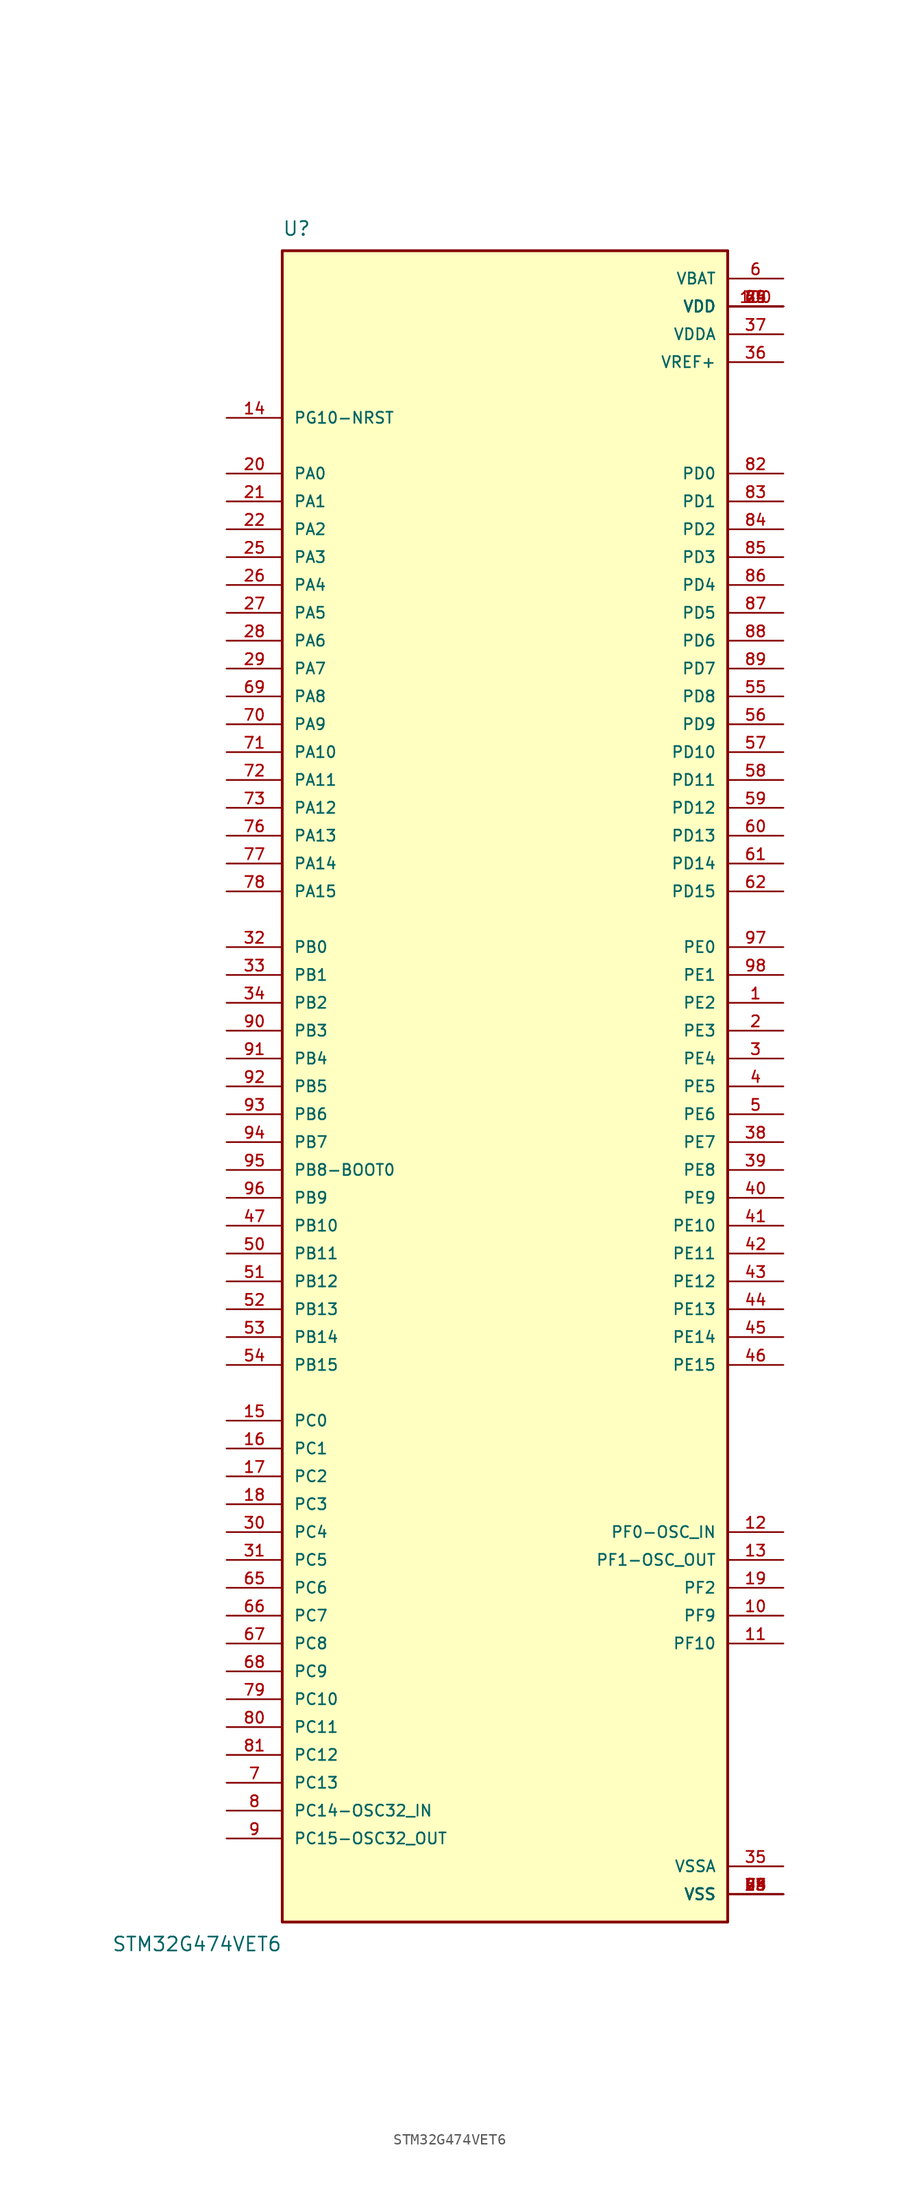
<source format=kicad_sym>
(kicad_symbol_lib
  (version 20211014)
  (generator kicad_symbol_editor)
  (symbol "STM32G474VET6"
    (pin_names
      (offset 1.016))
    (property "Reference" "U"
      (at -20.32 77.47 0)
      (effects (font (size 1.27 1.27)) (justify bottom left)))
    (property "Value" "STM32G474VET6"
      (at -20.32 -77.47 0.0)
      (effects (font (size 1.27 1.27)) (justify top right mirror)))
    (symbol "STM32G474VET6_0_0"
      (rectangle (start -20.32 -76.2) (end 20.32 76.2) (stroke (width 0.254)) (fill (type background)))
      (pin bidirectional line (at 25.4 7.62 180.0) (length 5.08) (name "PE2" (effects (font (size 1.016 1.016)))) (number "1" (effects (font (size 1.016 1.016)))))
      (pin bidirectional line (at 25.4 5.08 180.0) (length 5.08) (name "PE3" (effects (font (size 1.016 1.016)))) (number "2" (effects (font (size 1.016 1.016)))))
      (pin bidirectional line (at 25.4 2.54 180.0) (length 5.08) (name "PE4" (effects (font (size 1.016 1.016)))) (number "3" (effects (font (size 1.016 1.016)))))
      (pin bidirectional line (at 25.4 0.0 180.0) (length 5.08) (name "PE5" (effects (font (size 1.016 1.016)))) (number "4" (effects (font (size 1.016 1.016)))))
      (pin bidirectional line (at 25.4 -2.54 180.0) (length 5.08) (name "PE6" (effects (font (size 1.016 1.016)))) (number "5" (effects (font (size 1.016 1.016)))))
      (pin power_in line (at 25.4 73.66 180.0) (length 5.08) (name "VBAT" (effects (font (size 1.016 1.016)))) (number "6" (effects (font (size 1.016 1.016)))))
      (pin bidirectional line (at -25.4 -63.5 0) (length 5.08) (name "PC13" (effects (font (size 1.016 1.016)))) (number "7" (effects (font (size 1.016 1.016)))))
      (pin bidirectional line (at -25.4 -66.04 0) (length 5.08) (name "PC14-OSC32_IN" (effects (font (size 1.016 1.016)))) (number "8" (effects (font (size 1.016 1.016)))))
      (pin bidirectional line (at -25.4 -68.58 0) (length 5.08) (name "PC15-OSC32_OUT" (effects (font (size 1.016 1.016)))) (number "9" (effects (font (size 1.016 1.016)))))
      (pin bidirectional line (at 25.4 -40.64 180.0) (length 5.08) (name "PF0-OSC_IN" (effects (font (size 1.016 1.016)))) (number "12" (effects (font (size 1.016 1.016)))))
      (pin bidirectional line (at 25.4 -43.18 180.0) (length 5.08) (name "PF1-OSC_OUT" (effects (font (size 1.016 1.016)))) (number "13" (effects (font (size 1.016 1.016)))))
      (pin power_in line (at 25.4 -73.66 180.0) (length 5.08) (name "VSS" (effects (font (size 1.016 1.016)))) (number "23" (effects (font (size 1.016 1.016)))))
      (pin power_in line (at 25.4 -73.66 180.0) (length 5.08) (name "VSS" (effects (font (size 1.016 1.016)))) (number "48" (effects (font (size 1.016 1.016)))))
      (pin power_in line (at 25.4 -73.66 180.0) (length 5.08) (name "VSS" (effects (font (size 1.016 1.016)))) (number "63" (effects (font (size 1.016 1.016)))))
      (pin power_in line (at 25.4 -73.66 180.0) (length 5.08) (name "VSS" (effects (font (size 1.016 1.016)))) (number "74" (effects (font (size 1.016 1.016)))))
      (pin power_in line (at 25.4 -73.66 180.0) (length 5.08) (name "VSS" (effects (font (size 1.016 1.016)))) (number "99" (effects (font (size 1.016 1.016)))))
      (pin power_in line (at 25.4 71.12 180.0) (length 5.08) (name "VDD" (effects (font (size 1.016 1.016)))) (number "24" (effects (font (size 1.016 1.016)))))
      (pin power_in line (at 25.4 71.12 180.0) (length 5.08) (name "VDD" (effects (font (size 1.016 1.016)))) (number "49" (effects (font (size 1.016 1.016)))))
      (pin power_in line (at 25.4 71.12 180.0) (length 5.08) (name "VDD" (effects (font (size 1.016 1.016)))) (number "64" (effects (font (size 1.016 1.016)))))
      (pin power_in line (at 25.4 71.12 180.0) (length 5.08) (name "VDD" (effects (font (size 1.016 1.016)))) (number "75" (effects (font (size 1.016 1.016)))))
      (pin power_in line (at 25.4 71.12 180.0) (length 5.08) (name "VDD" (effects (font (size 1.016 1.016)))) (number "100" (effects (font (size 1.016 1.016)))))
      (pin bidirectional line (at -25.4 -30.48 0) (length 5.08) (name "PC0" (effects (font (size 1.016 1.016)))) (number "15" (effects (font (size 1.016 1.016)))))
      (pin bidirectional line (at -25.4 -33.02 0) (length 5.08) (name "PC1" (effects (font (size 1.016 1.016)))) (number "16" (effects (font (size 1.016 1.016)))))
      (pin bidirectional line (at -25.4 -35.56 0) (length 5.08) (name "PC2" (effects (font (size 1.016 1.016)))) (number "17" (effects (font (size 1.016 1.016)))))
      (pin bidirectional line (at -25.4 -38.1 0) (length 5.08) (name "PC3" (effects (font (size 1.016 1.016)))) (number "18" (effects (font (size 1.016 1.016)))))
      (pin power_in line (at 25.4 -71.12 180.0) (length 5.08) (name "VSSA" (effects (font (size 1.016 1.016)))) (number "35" (effects (font (size 1.016 1.016)))))
      (pin power_in line (at 25.4 66.04 180.0) (length 5.08) (name "VREF+" (effects (font (size 1.016 1.016)))) (number "36" (effects (font (size 1.016 1.016)))))
      (pin power_in line (at 25.4 68.58 180.0) (length 5.08) (name "VDDA" (effects (font (size 1.016 1.016)))) (number "37" (effects (font (size 1.016 1.016)))))
      (pin bidirectional line (at -25.4 55.88 0) (length 5.08) (name "PA0" (effects (font (size 1.016 1.016)))) (number "20" (effects (font (size 1.016 1.016)))))
      (pin bidirectional line (at -25.4 53.34 0) (length 5.08) (name "PA1" (effects (font (size 1.016 1.016)))) (number "21" (effects (font (size 1.016 1.016)))))
      (pin bidirectional line (at -25.4 50.8 0) (length 5.08) (name "PA2" (effects (font (size 1.016 1.016)))) (number "22" (effects (font (size 1.016 1.016)))))
      (pin bidirectional line (at -25.4 48.26 0) (length 5.08) (name "PA3" (effects (font (size 1.016 1.016)))) (number "25" (effects (font (size 1.016 1.016)))))
      (pin bidirectional line (at -25.4 45.72 0) (length 5.08) (name "PA4" (effects (font (size 1.016 1.016)))) (number "26" (effects (font (size 1.016 1.016)))))
      (pin bidirectional line (at -25.4 43.18 0) (length 5.08) (name "PA5" (effects (font (size 1.016 1.016)))) (number "27" (effects (font (size 1.016 1.016)))))
      (pin bidirectional line (at -25.4 40.64 0) (length 5.08) (name "PA6" (effects (font (size 1.016 1.016)))) (number "28" (effects (font (size 1.016 1.016)))))
      (pin bidirectional line (at -25.4 38.1 0) (length 5.08) (name "PA7" (effects (font (size 1.016 1.016)))) (number "29" (effects (font (size 1.016 1.016)))))
      (pin bidirectional line (at -25.4 -40.64 0) (length 5.08) (name "PC4" (effects (font (size 1.016 1.016)))) (number "30" (effects (font (size 1.016 1.016)))))
      (pin bidirectional line (at -25.4 -43.18 0) (length 5.08) (name "PC5" (effects (font (size 1.016 1.016)))) (number "31" (effects (font (size 1.016 1.016)))))
      (pin bidirectional line (at -25.4 12.7 0) (length 5.08) (name "PB0" (effects (font (size 1.016 1.016)))) (number "32" (effects (font (size 1.016 1.016)))))
      (pin bidirectional line (at -25.4 10.16 0) (length 5.08) (name "PB1" (effects (font (size 1.016 1.016)))) (number "33" (effects (font (size 1.016 1.016)))))
      (pin bidirectional line (at -25.4 7.62 0) (length 5.08) (name "PB2" (effects (font (size 1.016 1.016)))) (number "34" (effects (font (size 1.016 1.016)))))
      (pin bidirectional line (at 25.4 -5.08 180.0) (length 5.08) (name "PE7" (effects (font (size 1.016 1.016)))) (number "38" (effects (font (size 1.016 1.016)))))
      (pin bidirectional line (at 25.4 -7.62 180.0) (length 5.08) (name "PE8" (effects (font (size 1.016 1.016)))) (number "39" (effects (font (size 1.016 1.016)))))
      (pin bidirectional line (at 25.4 -10.16 180.0) (length 5.08) (name "PE9" (effects (font (size 1.016 1.016)))) (number "40" (effects (font (size 1.016 1.016)))))
      (pin bidirectional line (at 25.4 -12.7 180.0) (length 5.08) (name "PE10" (effects (font (size 1.016 1.016)))) (number "41" (effects (font (size 1.016 1.016)))))
      (pin bidirectional line (at 25.4 -15.24 180.0) (length 5.08) (name "PE11" (effects (font (size 1.016 1.016)))) (number "42" (effects (font (size 1.016 1.016)))))
      (pin bidirectional line (at 25.4 -17.78 180.0) (length 5.08) (name "PE12" (effects (font (size 1.016 1.016)))) (number "43" (effects (font (size 1.016 1.016)))))
      (pin bidirectional line (at 25.4 -20.32 180.0) (length 5.08) (name "PE13" (effects (font (size 1.016 1.016)))) (number "44" (effects (font (size 1.016 1.016)))))
      (pin bidirectional line (at 25.4 -22.86 180.0) (length 5.08) (name "PE14" (effects (font (size 1.016 1.016)))) (number "45" (effects (font (size 1.016 1.016)))))
      (pin bidirectional line (at 25.4 -25.4 180.0) (length 5.08) (name "PE15" (effects (font (size 1.016 1.016)))) (number "46" (effects (font (size 1.016 1.016)))))
      (pin bidirectional line (at -25.4 -12.7 0) (length 5.08) (name "PB10" (effects (font (size 1.016 1.016)))) (number "47" (effects (font (size 1.016 1.016)))))
      (pin bidirectional line (at -25.4 -15.24 0) (length 5.08) (name "PB11" (effects (font (size 1.016 1.016)))) (number "50" (effects (font (size 1.016 1.016)))))
      (pin bidirectional line (at -25.4 -17.78 0) (length 5.08) (name "PB12" (effects (font (size 1.016 1.016)))) (number "51" (effects (font (size 1.016 1.016)))))
      (pin bidirectional line (at -25.4 -20.32 0) (length 5.08) (name "PB13" (effects (font (size 1.016 1.016)))) (number "52" (effects (font (size 1.016 1.016)))))
      (pin bidirectional line (at -25.4 -22.86 0) (length 5.08) (name "PB14" (effects (font (size 1.016 1.016)))) (number "53" (effects (font (size 1.016 1.016)))))
      (pin bidirectional line (at -25.4 -25.4 0) (length 5.08) (name "PB15" (effects (font (size 1.016 1.016)))) (number "54" (effects (font (size 1.016 1.016)))))
      (pin bidirectional line (at 25.4 35.56 180.0) (length 5.08) (name "PD8" (effects (font (size 1.016 1.016)))) (number "55" (effects (font (size 1.016 1.016)))))
      (pin bidirectional line (at 25.4 33.02 180.0) (length 5.08) (name "PD9" (effects (font (size 1.016 1.016)))) (number "56" (effects (font (size 1.016 1.016)))))
      (pin bidirectional line (at 25.4 30.48 180.0) (length 5.08) (name "PD10" (effects (font (size 1.016 1.016)))) (number "57" (effects (font (size 1.016 1.016)))))
      (pin bidirectional line (at 25.4 27.94 180.0) (length 5.08) (name "PD11" (effects (font (size 1.016 1.016)))) (number "58" (effects (font (size 1.016 1.016)))))
      (pin bidirectional line (at 25.4 25.4 180.0) (length 5.08) (name "PD12" (effects (font (size 1.016 1.016)))) (number "59" (effects (font (size 1.016 1.016)))))
      (pin bidirectional line (at 25.4 22.86 180.0) (length 5.08) (name "PD13" (effects (font (size 1.016 1.016)))) (number "60" (effects (font (size 1.016 1.016)))))
      (pin bidirectional line (at 25.4 20.32 180.0) (length 5.08) (name "PD14" (effects (font (size 1.016 1.016)))) (number "61" (effects (font (size 1.016 1.016)))))
      (pin bidirectional line (at 25.4 17.78 180.0) (length 5.08) (name "PD15" (effects (font (size 1.016 1.016)))) (number "62" (effects (font (size 1.016 1.016)))))
      (pin bidirectional line (at -25.4 -45.72 0) (length 5.08) (name "PC6" (effects (font (size 1.016 1.016)))) (number "65" (effects (font (size 1.016 1.016)))))
      (pin bidirectional line (at -25.4 -48.26 0) (length 5.08) (name "PC7" (effects (font (size 1.016 1.016)))) (number "66" (effects (font (size 1.016 1.016)))))
      (pin bidirectional line (at -25.4 -50.8 0) (length 5.08) (name "PC8" (effects (font (size 1.016 1.016)))) (number "67" (effects (font (size 1.016 1.016)))))
      (pin bidirectional line (at -25.4 -53.34 0) (length 5.08) (name "PC9" (effects (font (size 1.016 1.016)))) (number "68" (effects (font (size 1.016 1.016)))))
      (pin bidirectional line (at -25.4 35.56 0) (length 5.08) (name "PA8" (effects (font (size 1.016 1.016)))) (number "69" (effects (font (size 1.016 1.016)))))
      (pin bidirectional line (at -25.4 33.02 0) (length 5.08) (name "PA9" (effects (font (size 1.016 1.016)))) (number "70" (effects (font (size 1.016 1.016)))))
      (pin bidirectional line (at -25.4 30.48 0) (length 5.08) (name "PA10" (effects (font (size 1.016 1.016)))) (number "71" (effects (font (size 1.016 1.016)))))
      (pin bidirectional line (at -25.4 27.94 0) (length 5.08) (name "PA11" (effects (font (size 1.016 1.016)))) (number "72" (effects (font (size 1.016 1.016)))))
      (pin bidirectional line (at -25.4 25.4 0) (length 5.08) (name "PA12" (effects (font (size 1.016 1.016)))) (number "73" (effects (font (size 1.016 1.016)))))
      (pin bidirectional line (at -25.4 22.86 0) (length 5.08) (name "PA13" (effects (font (size 1.016 1.016)))) (number "76" (effects (font (size 1.016 1.016)))))
      (pin bidirectional line (at -25.4 20.32 0) (length 5.08) (name "PA14" (effects (font (size 1.016 1.016)))) (number "77" (effects (font (size 1.016 1.016)))))
      (pin bidirectional line (at -25.4 17.78 0) (length 5.08) (name "PA15" (effects (font (size 1.016 1.016)))) (number "78" (effects (font (size 1.016 1.016)))))
      (pin bidirectional line (at -25.4 -55.88 0) (length 5.08) (name "PC10" (effects (font (size 1.016 1.016)))) (number "79" (effects (font (size 1.016 1.016)))))
      (pin bidirectional line (at -25.4 -58.42 0) (length 5.08) (name "PC11" (effects (font (size 1.016 1.016)))) (number "80" (effects (font (size 1.016 1.016)))))
      (pin bidirectional line (at -25.4 -60.96 0) (length 5.08) (name "PC12" (effects (font (size 1.016 1.016)))) (number "81" (effects (font (size 1.016 1.016)))))
      (pin bidirectional line (at 25.4 55.88 180.0) (length 5.08) (name "PD0" (effects (font (size 1.016 1.016)))) (number "82" (effects (font (size 1.016 1.016)))))
      (pin bidirectional line (at 25.4 53.34 180.0) (length 5.08) (name "PD1" (effects (font (size 1.016 1.016)))) (number "83" (effects (font (size 1.016 1.016)))))
      (pin bidirectional line (at 25.4 50.8 180.0) (length 5.08) (name "PD2" (effects (font (size 1.016 1.016)))) (number "84" (effects (font (size 1.016 1.016)))))
      (pin bidirectional line (at 25.4 48.26 180.0) (length 5.08) (name "PD3" (effects (font (size 1.016 1.016)))) (number "85" (effects (font (size 1.016 1.016)))))
      (pin bidirectional line (at 25.4 45.72 180.0) (length 5.08) (name "PD4" (effects (font (size 1.016 1.016)))) (number "86" (effects (font (size 1.016 1.016)))))
      (pin bidirectional line (at 25.4 43.18 180.0) (length 5.08) (name "PD5" (effects (font (size 1.016 1.016)))) (number "87" (effects (font (size 1.016 1.016)))))
      (pin bidirectional line (at 25.4 40.64 180.0) (length 5.08) (name "PD6" (effects (font (size 1.016 1.016)))) (number "88" (effects (font (size 1.016 1.016)))))
      (pin bidirectional line (at 25.4 38.1 180.0) (length 5.08) (name "PD7" (effects (font (size 1.016 1.016)))) (number "89" (effects (font (size 1.016 1.016)))))
      (pin bidirectional line (at -25.4 60.96 0) (length 5.08) (name "PG10-NRST" (effects (font (size 1.016 1.016)))) (number "14" (effects (font (size 1.016 1.016)))))
      (pin bidirectional line (at -25.4 5.08 0) (length 5.08) (name "PB3" (effects (font (size 1.016 1.016)))) (number "90" (effects (font (size 1.016 1.016)))))
      (pin bidirectional line (at -25.4 2.54 0) (length 5.08) (name "PB4" (effects (font (size 1.016 1.016)))) (number "91" (effects (font (size 1.016 1.016)))))
      (pin bidirectional line (at -25.4 0.0 0) (length 5.08) (name "PB5" (effects (font (size 1.016 1.016)))) (number "92" (effects (font (size 1.016 1.016)))))
      (pin bidirectional line (at -25.4 -2.54 0) (length 5.08) (name "PB6" (effects (font (size 1.016 1.016)))) (number "93" (effects (font (size 1.016 1.016)))))
      (pin bidirectional line (at -25.4 -5.08 0) (length 5.08) (name "PB7" (effects (font (size 1.016 1.016)))) (number "94" (effects (font (size 1.016 1.016)))))
      (pin bidirectional line (at -25.4 -7.62 0) (length 5.08) (name "PB8-BOOT0" (effects (font (size 1.016 1.016)))) (number "95" (effects (font (size 1.016 1.016)))))
      (pin bidirectional line (at -25.4 -10.16 0) (length 5.08) (name "PB9" (effects (font (size 1.016 1.016)))) (number "96" (effects (font (size 1.016 1.016)))))
      (pin bidirectional line (at 25.4 12.7 180.0) (length 5.08) (name "PE0" (effects (font (size 1.016 1.016)))) (number "97" (effects (font (size 1.016 1.016)))))
      (pin bidirectional line (at 25.4 10.16 180.0) (length 5.08) (name "PE1" (effects (font (size 1.016 1.016)))) (number "98" (effects (font (size 1.016 1.016)))))
      (pin bidirectional line (at 25.4 -48.26 180.0) (length 5.08) (name "PF9" (effects (font (size 1.016 1.016)))) (number "10" (effects (font (size 1.016 1.016)))))
      (pin bidirectional line (at 25.4 -50.8 180.0) (length 5.08) (name "PF10" (effects (font (size 1.016 1.016)))) (number "11" (effects (font (size 1.016 1.016)))))
      (pin bidirectional line (at 25.4 -45.72 180.0) (length 5.08) (name "PF2" (effects (font (size 1.016 1.016)))) (number "19" (effects (font (size 1.016 1.016))))))))
</source>
